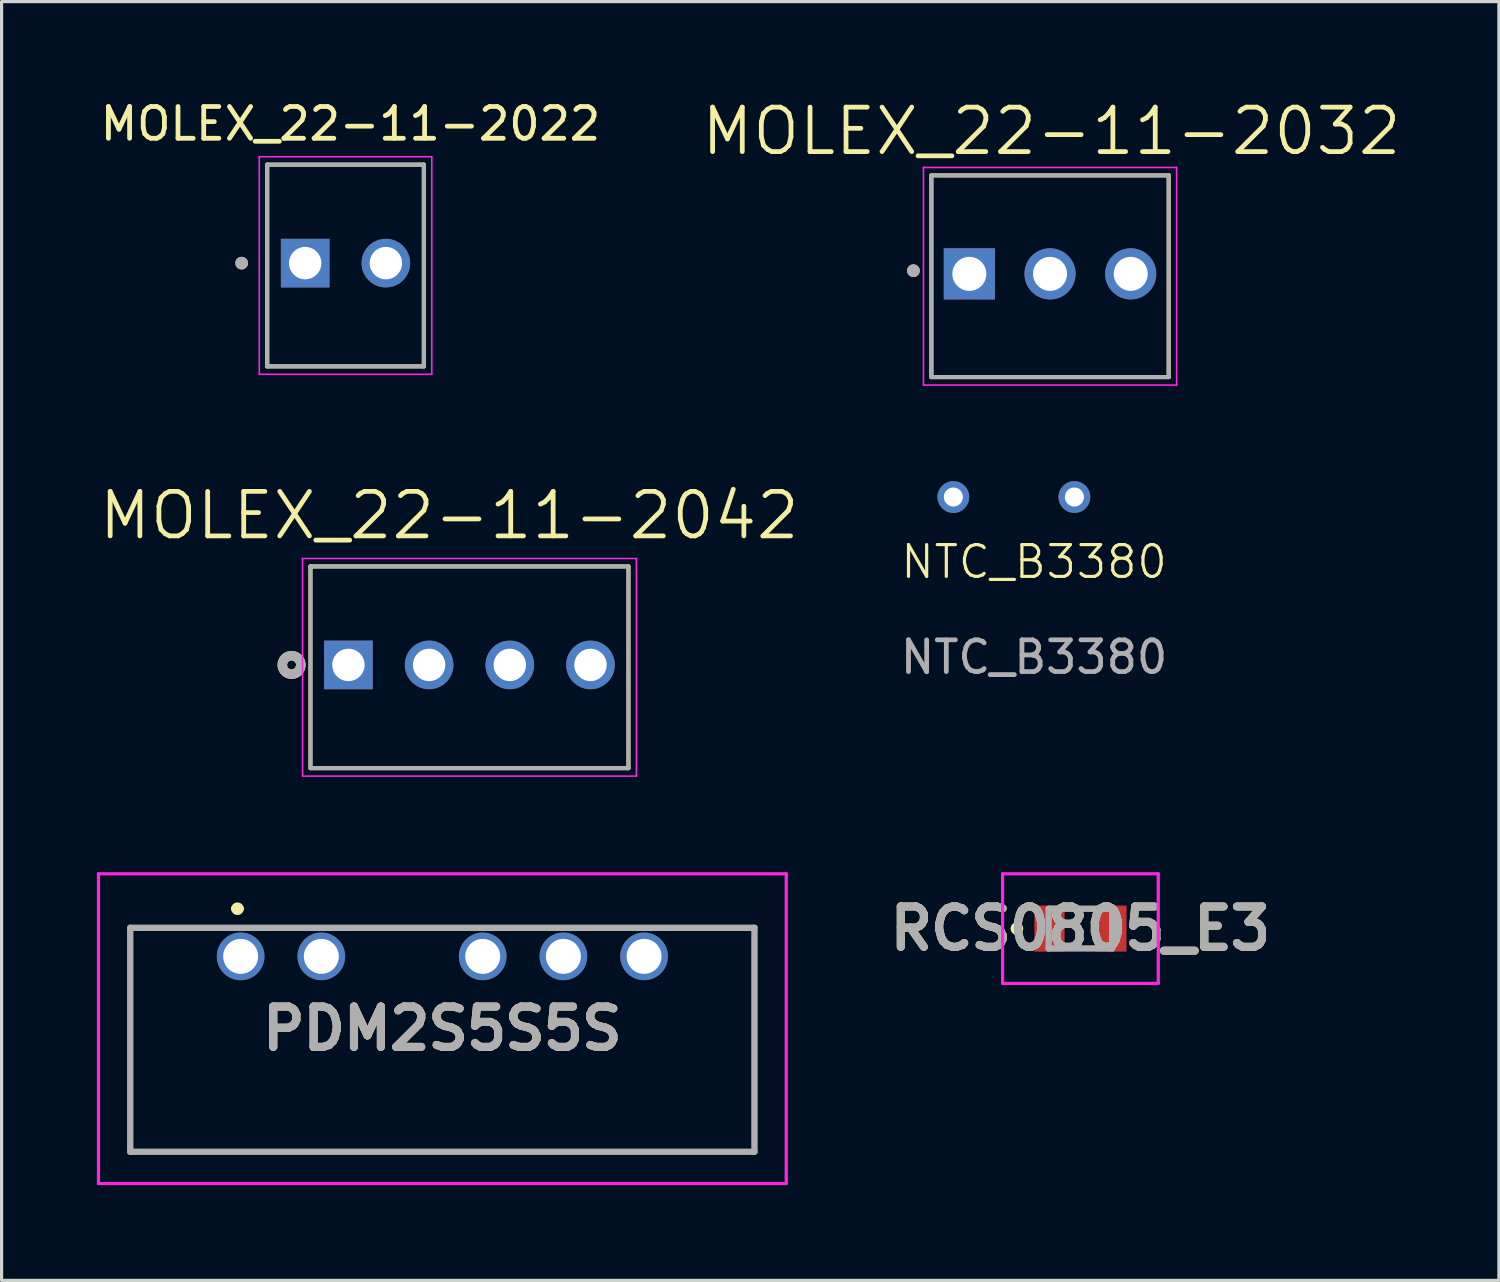
<source format=kicad_pcb>
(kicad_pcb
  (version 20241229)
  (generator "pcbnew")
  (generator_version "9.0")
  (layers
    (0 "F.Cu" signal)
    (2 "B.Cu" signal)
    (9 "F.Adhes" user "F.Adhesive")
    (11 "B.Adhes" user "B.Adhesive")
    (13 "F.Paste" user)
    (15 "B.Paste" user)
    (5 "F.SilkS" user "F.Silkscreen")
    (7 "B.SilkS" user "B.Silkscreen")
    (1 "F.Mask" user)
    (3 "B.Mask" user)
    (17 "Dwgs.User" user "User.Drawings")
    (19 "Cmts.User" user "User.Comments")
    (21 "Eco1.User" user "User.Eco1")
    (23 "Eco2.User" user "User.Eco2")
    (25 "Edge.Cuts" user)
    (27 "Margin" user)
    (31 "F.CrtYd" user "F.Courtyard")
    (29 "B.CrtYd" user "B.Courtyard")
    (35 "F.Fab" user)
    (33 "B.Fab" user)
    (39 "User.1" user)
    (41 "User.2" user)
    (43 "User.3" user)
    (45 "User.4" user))
  (footprint "MOLEX_22-11-2032"
    (layer "F.Cu")
    (at 27.464 5.571)
    (property "Reference" "MOLEX_22-11-2032" (at 2.585 -4.489 0) (layer "F.SilkS") (effects (font (size 1.4 1.4) (thickness 0.15))))
    (attr through_hole)
    (fp_line (start -1.195 -3.1) (end -1.195 3.25) (stroke (width 0.127) (type solid)) (layer "F.SilkS"))
    (fp_line (start -1.195 3.25) (end 6.275 3.25) (stroke (width 0.127) (type solid)) (layer "F.SilkS"))
    (fp_line (start 6.275 -3.1) (end -1.195 -3.1) (stroke (width 0.127) (type solid)) (layer "F.SilkS"))
    (fp_line (start 6.275 3.25) (end 6.275 -3.1) (stroke (width 0.127) (type solid)) (layer "F.SilkS"))
    (fp_circle (center -1.76 -0.1) (end -1.66 -0.1) (stroke (width 0.2) (type solid)) (fill no) (layer "F.SilkS"))
    (fp_line (start -1.445 -3.35) (end -1.445 3.5) (stroke (width 0.05) (type solid)) (layer "F.CrtYd"))
    (fp_line (start -1.445 3.5) (end 6.525 3.5) (stroke (width 0.05) (type solid)) (layer "F.CrtYd"))
    (fp_line (start 6.525 -3.35) (end -1.445 -3.35) (stroke (width 0.05) (type solid)) (layer "F.CrtYd"))
    (fp_line (start 6.525 3.5) (end 6.525 -3.35) (stroke (width 0.05) (type solid)) (layer "F.CrtYd"))
    (fp_line (start -1.195 -3.1) (end -1.195 3.25) (stroke (width 0.127) (type solid)) (layer "F.Fab"))
    (fp_line (start -1.195 3.25) (end 6.275 3.25) (stroke (width 0.127) (type solid)) (layer "F.Fab"))
    (fp_line (start 6.275 -3.1) (end -1.195 -3.1) (stroke (width 0.127) (type solid)) (layer "F.Fab"))
    (fp_line (start 6.275 3.25) (end 6.275 -3.1) (stroke (width 0.127) (type solid)) (layer "F.Fab"))
    (fp_circle (center -1.76 -0.1) (end -1.66 -0.1) (stroke (width 0.2) (type solid)) (fill no) (layer "F.Fab"))
    (pad "1" thru_hole rect (at 0 0) (size 1.61 1.61) (drill 1.07) (layers "*.Cu" "*.Mask"))
    (pad "2" thru_hole circle (at 2.54 0) (size 1.61 1.61) (drill 1.07) (layers "*.Cu" "*.Mask"))
    (pad "3" thru_hole circle (at 5.08 0) (size 1.61 1.61) (drill 1.07) (layers "*.Cu" "*.Mask")))
  (footprint "RCS0805_E3"
    (layer "F.Cu")
    (at 30.961 26.181)
    (property "Reference" "RCS0805_E3" (at 0 0 0) (layer "F.SilkS") (effects (font (size 1.27 1.27) (thickness 0.254))))
    (attr smd)
    (fp_line (start -2 -0.1) (end -2 -0.1) (stroke (width 0.2) (type solid)) (layer "F.SilkS"))
    (fp_line (start -2 0.1) (end -2 0.1) (stroke (width 0.2) (type solid)) (layer "F.SilkS"))
    (fp_arc (start -2 -0.1) (mid -1.9 0) (end -2 0.1) (stroke (width 0.2) (type solid)) (layer "F.SilkS"))
    (fp_arc (start -2 0.1) (mid -2.1 0) (end -2 -0.1) (stroke (width 0.2) (type solid)) (layer "F.SilkS"))
    (fp_line (start -2.45 -1.725) (end 2.45 -1.725) (stroke (width 0.1) (type solid)) (layer "F.CrtYd"))
    (fp_line (start -2.45 1.725) (end -2.45 -1.725) (stroke (width 0.1) (type solid)) (layer "F.CrtYd"))
    (fp_line (start 2.45 -1.725) (end 2.45 1.725) (stroke (width 0.1) (type solid)) (layer "F.CrtYd"))
    (fp_line (start 2.45 1.725) (end -2.45 1.725) (stroke (width 0.1) (type solid)) (layer "F.CrtYd"))
    (fp_line (start -1 -0.625) (end 1 -0.625) (stroke (width 0.2) (type solid)) (layer "F.Fab"))
    (fp_line (start -1 0.625) (end -1 -0.625) (stroke (width 0.2) (type solid)) (layer "F.Fab"))
    (fp_line (start 1 -0.625) (end 1 0.625) (stroke (width 0.2) (type solid)) (layer "F.Fab"))
    (fp_line (start 1 0.625) (end -1 0.625) (stroke (width 0.2) (type solid)) (layer "F.Fab"))
    (fp_text user "${REFERENCE}" (at 0 0 0) (layer "F.Fab") (effects (font (size 1.27 1.27) (thickness 0.254))))
    (pad "1" smd rect (at -0.975 0) (size 0.95 1.45) (layers "F.Cu" "F.Mask" "F.Paste"))
    (pad "2" smd rect (at 0.975 0) (size 0.95 1.45) (layers "F.Cu" "F.Mask" "F.Paste")))
  (footprint "PDM2S5S5S"
    (layer "F.Cu")
    (at 4.525 27.056)
    (property "Reference" "PDM2S5S5S" (at 6.35 2.275 0) (layer "F.SilkS") (effects (font (size 1.27 1.27) (thickness 0.254))))
    (attr through_hole)
    (fp_line (start -3.475 -0.9) (end -3.475 6.15) (stroke (width 0.1) (type solid)) (layer "F.SilkS"))
    (fp_line (start -3.475 6.15) (end 16.175 6.15) (stroke (width 0.1) (type solid)) (layer "F.SilkS"))
    (fp_line (start -0.2 -1.5) (end -0.2 -1.5) (stroke (width 0.2) (type solid)) (layer "F.SilkS"))
    (fp_line (start 0 -1.5) (end 0 -1.5) (stroke (width 0.2) (type solid)) (layer "F.SilkS"))
    (fp_line (start 16.175 6.15) (end 16.175 -0.9) (stroke (width 0.1) (type solid)) (layer "F.SilkS"))
    (fp_arc (start -0.2 -1.5) (mid -0.1 -1.6) (end 0 -1.5) (stroke (width 0.2) (type solid)) (layer "F.SilkS"))
    (fp_arc (start 0 -1.5) (mid -0.1 -1.4) (end -0.2 -1.5) (stroke (width 0.2) (type solid)) (layer "F.SilkS"))
    (fp_line (start -4.475 -2.6) (end 17.175 -2.6) (stroke (width 0.1) (type solid)) (layer "F.CrtYd"))
    (fp_line (start -4.475 7.15) (end -4.475 -2.6) (stroke (width 0.1) (type solid)) (layer "F.CrtYd"))
    (fp_line (start 17.175 -2.6) (end 17.175 7.15) (stroke (width 0.1) (type solid)) (layer "F.CrtYd"))
    (fp_line (start 17.175 7.15) (end -4.475 7.15) (stroke (width 0.1) (type solid)) (layer "F.CrtYd"))
    (fp_line (start -3.475 -0.9) (end 16.175 -0.9) (stroke (width 0.2) (type solid)) (layer "F.Fab"))
    (fp_line (start -3.475 6.15) (end -3.475 -0.9) (stroke (width 0.2) (type solid)) (layer "F.Fab"))
    (fp_line (start 16.175 -0.9) (end 16.175 6.15) (stroke (width 0.2) (type solid)) (layer "F.Fab"))
    (fp_line (start 16.175 6.15) (end -3.475 6.15) (stroke (width 0.2) (type solid)) (layer "F.Fab"))
    (fp_text user "${REFERENCE}" (at 6.35 2.275 0) (layer "F.Fab") (effects (font (size 1.27 1.27) (thickness 0.254))))
    (pad "1" thru_hole circle (at 0 0) (size 1.5 1.5) (drill 1.1) (layers "*.Cu" "*.Mask"))
    (pad "2" thru_hole circle (at 2.54 0) (size 1.5 1.5) (drill 1.1) (layers "*.Cu" "*.Mask"))
    (pad "4" thru_hole circle (at 7.62 0) (size 1.5 1.5) (drill 1.1) (layers "*.Cu" "*.Mask"))
    (pad "5" thru_hole circle (at 10.16 0) (size 1.5 1.5) (drill 1.1) (layers "*.Cu" "*.Mask"))
    (pad "6" thru_hole circle (at 12.7 0) (size 1.5 1.5) (drill 1.1) (layers "*.Cu" "*.Mask")))
  (footprint "MOLEX_22-11-2022"
    (layer "F.Cu")
    (at 6.557 5.233)
    (property "Reference" "MOLEX_22-11-2022" (at 1.425 -4.385 0) (layer "F.SilkS") (effects (font (size 1 1) (thickness 0.15))))
    (attr through_hole)
    (fp_line (start -1.195 -3.1) (end 3.735 -3.1) (stroke (width 0.127) (type solid)) (layer "F.SilkS"))
    (fp_line (start -1.195 3.25) (end -1.195 -3.1) (stroke (width 0.127) (type solid)) (layer "F.SilkS"))
    (fp_line (start 3.735 -3.1) (end 3.735 3.25) (stroke (width 0.127) (type solid)) (layer "F.SilkS"))
    (fp_line (start 3.735 3.25) (end -1.195 3.25) (stroke (width 0.127) (type solid)) (layer "F.SilkS"))
    (fp_circle (center -2 0) (end -1.9 0) (stroke (width 0.2) (type solid)) (fill no) (layer "F.SilkS"))
    (fp_line (start -1.445 -3.35) (end 3.985 -3.35) (stroke (width 0.05) (type solid)) (layer "F.CrtYd"))
    (fp_line (start -1.445 3.5) (end -1.445 -3.35) (stroke (width 0.05) (type solid)) (layer "F.CrtYd"))
    (fp_line (start 3.985 -3.35) (end 3.985 3.5) (stroke (width 0.05) (type solid)) (layer "F.CrtYd"))
    (fp_line (start 3.985 3.5) (end -1.445 3.5) (stroke (width 0.05) (type solid)) (layer "F.CrtYd"))
    (fp_line (start -1.195 -3.1) (end 3.735 -3.1) (stroke (width 0.127) (type solid)) (layer "F.Fab"))
    (fp_line (start -1.195 3.25) (end -1.195 -3.1) (stroke (width 0.127) (type solid)) (layer "F.Fab"))
    (fp_line (start 3.735 -3.1) (end 3.735 3.25) (stroke (width 0.127) (type solid)) (layer "F.Fab"))
    (fp_line (start 3.735 3.25) (end -1.195 3.25) (stroke (width 0.127) (type solid)) (layer "F.Fab"))
    (fp_circle (center -2 0) (end -1.9 0) (stroke (width 0.2) (type solid)) (fill no) (layer "F.Fab"))
    (pad "1" thru_hole rect (at 0 0) (size 1.53 1.53) (drill 1.02) (layers "*.Cu" "*.Mask"))
    (pad "2" thru_hole circle (at 2.54 0) (size 1.53 1.53) (drill 1.02) (layers "*.Cu" "*.Mask")))
  (footprint "MOLEX_22-11-2042"
    (layer "F.Cu")
    (at 11.728 17.881)
    (property "Reference" "MOLEX_22-11-2042" (at -0.635 -4.702 0) (layer "F.SilkS") (effects (font (size 1.401 1.401) (thickness 0.15))))
    (attr through_hole)
    (fp_line (start -5.005 -3.1) (end 5.005 -3.1) (stroke (width 0.127) (type solid)) (layer "F.SilkS"))
    (fp_line (start -5.005 3.25) (end -5.005 -3.1) (stroke (width 0.127) (type solid)) (layer "F.SilkS"))
    (fp_line (start 5.005 -3.1) (end 5.005 3.25) (stroke (width 0.127) (type solid)) (layer "F.SilkS"))
    (fp_line (start 5.005 3.25) (end -5.005 3.25) (stroke (width 0.127) (type solid)) (layer "F.SilkS"))
    (fp_circle (center -5.6 0) (end -5.459 0) (stroke (width 0.3) (type solid)) (fill no) (layer "F.SilkS"))
    (fp_line (start -5.255 -3.35) (end 5.255 -3.35) (stroke (width 0.05) (type solid)) (layer "F.CrtYd"))
    (fp_line (start -5.255 3.5) (end -5.255 -3.35) (stroke (width 0.05) (type solid)) (layer "F.CrtYd"))
    (fp_line (start 5.255 -3.35) (end 5.255 3.5) (stroke (width 0.05) (type solid)) (layer "F.CrtYd"))
    (fp_line (start 5.255 3.5) (end -5.255 3.5) (stroke (width 0.05) (type solid)) (layer "F.CrtYd"))
    (fp_line (start -5.005 -3.1) (end 5.005 -3.1) (stroke (width 0.127) (type solid)) (layer "F.Fab"))
    (fp_line (start -5.005 3.25) (end -5.005 -3.1) (stroke (width 0.127) (type solid)) (layer "F.Fab"))
    (fp_line (start 5.005 -3.1) (end 5.005 3.25) (stroke (width 0.127) (type solid)) (layer "F.Fab"))
    (fp_line (start 5.005 3.25) (end -5.005 3.25) (stroke (width 0.127) (type solid)) (layer "F.Fab"))
    (fp_circle (center -5.6 0) (end -5.459 0) (stroke (width 0.3) (type solid)) (fill no) (layer "F.Fab"))
    (pad "1" thru_hole rect (at -3.81 0) (size 1.53 1.53) (drill 1.02) (layers "*.Cu" "*.Mask"))
    (pad "2" thru_hole circle (at -1.27 0) (size 1.53 1.53) (drill 1.02) (layers "*.Cu" "*.Mask"))
    (pad "3" thru_hole circle (at 1.27 0) (size 1.53 1.53) (drill 1.02) (layers "*.Cu" "*.Mask"))
    (pad "4" thru_hole circle (at 3.81 0) (size 1.53 1.53) (drill 1.02) (layers "*.Cu" "*.Mask")))
  (footprint "NTC_B3380"
    (layer "F.Cu")
    (at 29.501 15.136)
    (property "Reference" "NTC_B3380" (at 0 -0.5 0) (unlocked yes) (layer "F.SilkS") (effects (font (size 1 1) (thickness 0.1))))
    (attr smd)
    (fp_text user "${REFERENCE}" (at 0 2.5 0) (unlocked yes) (layer "F.Fab") (effects (font (size 1 1) (thickness 0.15))))
    (pad "1" thru_hole circle (at -2.54 -2.54) (size 1 1) (drill 0.6) (layers "*.Cu" "*.Mask"))
    (pad "2" thru_hole circle (at 1.27 -2.54) (size 1 1) (drill 0.6) (layers "*.Cu" "*.Mask")))
  (gr_rect
    (start -3 -3)
    (end 44.134 37.256)
    (stroke (width 0.1) (type default))
    (fill no)
    (layer "Edge.Cuts")))
</source>
